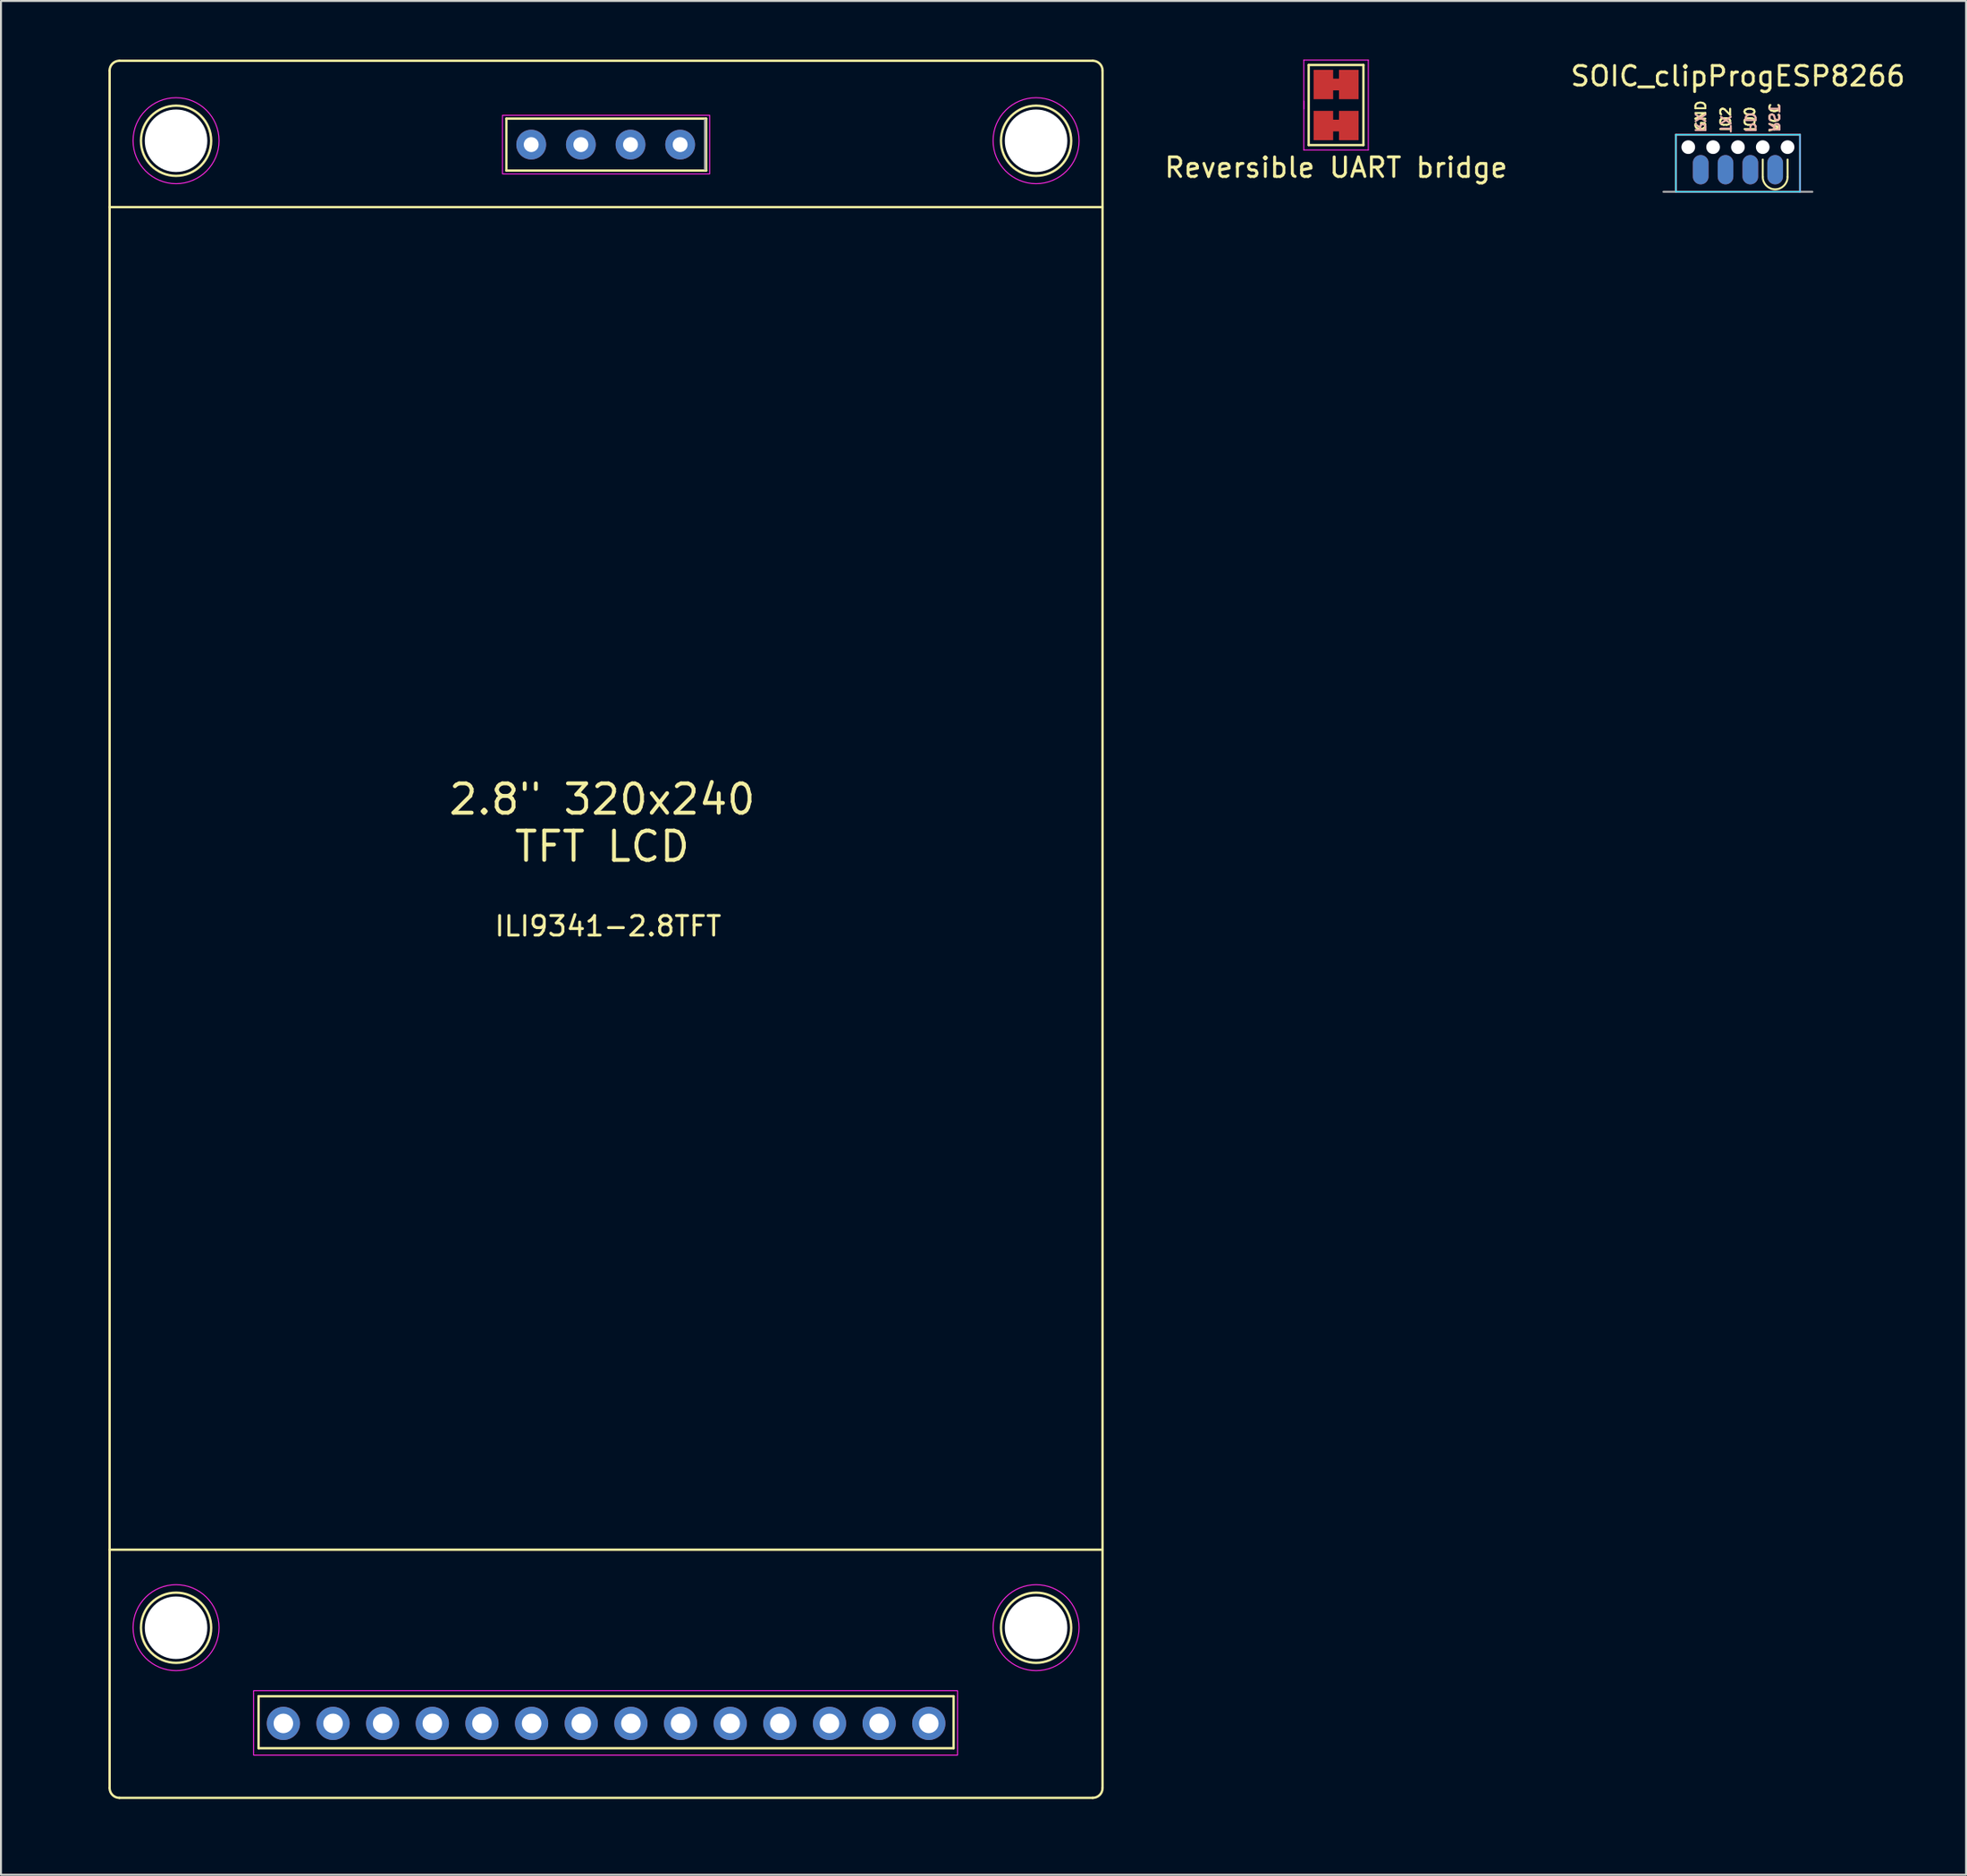
<source format=kicad_pcb>
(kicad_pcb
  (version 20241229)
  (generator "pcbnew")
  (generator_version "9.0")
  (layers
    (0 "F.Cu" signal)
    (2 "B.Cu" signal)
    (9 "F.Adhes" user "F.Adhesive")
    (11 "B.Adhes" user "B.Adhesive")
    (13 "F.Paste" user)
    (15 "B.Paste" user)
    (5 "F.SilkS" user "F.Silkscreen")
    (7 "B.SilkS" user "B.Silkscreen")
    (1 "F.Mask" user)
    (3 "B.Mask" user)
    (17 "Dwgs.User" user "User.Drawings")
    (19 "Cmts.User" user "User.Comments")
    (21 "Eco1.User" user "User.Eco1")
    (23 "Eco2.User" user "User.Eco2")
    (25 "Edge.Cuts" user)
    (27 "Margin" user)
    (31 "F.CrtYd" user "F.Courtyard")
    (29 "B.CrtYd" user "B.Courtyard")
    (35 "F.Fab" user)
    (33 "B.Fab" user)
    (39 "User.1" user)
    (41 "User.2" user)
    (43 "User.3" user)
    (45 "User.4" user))
  (footprint "ILI9341-2.8TFT"
    (layer "F.Cu")
    (at 27.958 85.15)
    (property "Reference" "ILI9341-2.8TFT" (at 0.1 -40.8 0) (layer "F.SilkS") (effects (font (size 1 1) (thickness 0.15))))
    (attr through_hole)
    (fp_line (start -25.4 -84.59) (end -25.4 3.31) (stroke (width 0.12) (type solid)) (layer "F.SilkS"))
    (fp_line (start -25.4 -77.6) (end 25.4 -77.6) (stroke (width 0.12) (type solid)) (layer "F.SilkS"))
    (fp_line (start -25.4 -8.89) (end 25.4 -8.89) (stroke (width 0.12) (type solid)) (layer "F.SilkS"))
    (fp_line (start -24.9 3.81) (end 24.9 3.81) (stroke (width 0.12) (type solid)) (layer "F.SilkS"))
    (fp_line (start -17.78 -1.39) (end 17.78 -1.39) (stroke (width 0.12) (type solid)) (layer "F.SilkS"))
    (fp_line (start -17.78 1.27) (end -17.78 -1.39) (stroke (width 0.12) (type solid)) (layer "F.SilkS"))
    (fp_line (start -17.78 1.27) (end 17.78 1.27) (stroke (width 0.12) (type solid)) (layer "F.SilkS"))
    (fp_line (start -5.1 -82.13) (end 5.12 -82.13) (stroke (width 0.12) (type solid)) (layer "F.SilkS"))
    (fp_line (start -5.1 -79.47) (end -5.1 -82.13) (stroke (width 0.12) (type solid)) (layer "F.SilkS"))
    (fp_line (start -5.1 -79.47) (end 5.12 -79.47) (stroke (width 0.12) (type solid)) (layer "F.SilkS"))
    (fp_line (start 5.12 -79.47) (end 5.12 -82.13) (stroke (width 0.12) (type solid)) (layer "F.SilkS"))
    (fp_line (start 17.78 -1.39) (end 17.78 1.27) (stroke (width 0.12) (type solid)) (layer "F.SilkS"))
    (fp_line (start 24.9 -85.09) (end -24.9 -85.09) (stroke (width 0.12) (type solid)) (layer "F.SilkS"))
    (fp_line (start 25.4 3.31) (end 25.4 -84.59) (stroke (width 0.12) (type solid)) (layer "F.SilkS"))
    (fp_arc (start -25.4 -84.59) (mid -25.253553 -84.943553) (end -24.9 -85.09) (stroke (width 0.12) (type default)) (layer "F.SilkS"))
    (fp_arc (start -24.9 3.81) (mid -25.253553 3.663553) (end -25.4 3.31) (stroke (width 0.12) (type default)) (layer "F.SilkS"))
    (fp_arc (start 24.9 -85.09) (mid 25.253553 -84.943553) (end 25.4 -84.59) (stroke (width 0.12) (type default)) (layer "F.SilkS"))
    (fp_arc (start 25.4 3.31) (mid 25.253553 3.663553) (end 24.9 3.81) (stroke (width 0.12) (type default)) (layer "F.SilkS"))
    (fp_circle (center -22 -80.996) (end -23.27 -79.726) (stroke (width 0.12) (type solid)) (fill no) (layer "F.SilkS"))
    (fp_circle (center -22 -4.896) (end -23.27 -3.626) (stroke (width 0.12) (type solid)) (fill no) (layer "F.SilkS"))
    (fp_circle (center 22 -80.996) (end 20.73 -79.726) (stroke (width 0.12) (type solid)) (fill no) (layer "F.SilkS"))
    (fp_circle (center 22 -4.896) (end 20.73 -3.626) (stroke (width 0.12) (type solid)) (fill no) (layer "F.SilkS"))
    (fp_rect (start -18.034 -1.676) (end 17.983 1.626) (stroke (width 0.05) (type default)) (fill no) (layer "F.CrtYd"))
    (fp_rect (start -5.3 -82.3) (end 5.3 -79.3) (stroke (width 0.05) (type default)) (fill no) (layer "F.CrtYd"))
    (fp_circle (center -22 -81) (end -19.8 -81) (stroke (width 0.05) (type default)) (fill no) (layer "F.CrtYd"))
    (fp_circle (center -22 -4.9) (end -19.8 -4.9) (stroke (width 0.05) (type default)) (fill no) (layer "F.CrtYd"))
    (fp_circle (center 22 -81) (end 24.2 -81) (stroke (width 0.05) (type default)) (fill no) (layer "F.CrtYd"))
    (fp_circle (center 22 -4.9) (end 24.2 -4.9) (stroke (width 0.05) (type default)) (fill no) (layer "F.CrtYd"))
    (fp_line (start 5.06 -82.07) (end 5.06 -79.53) (stroke (width 0.1) (type solid)) (layer "F.Fab"))
    (fp_rect (start -25 -84) (end 25 2) (stroke (width 0.12) (type default)) (fill no) (layer "User.1"))
    (fp_circle (center -22 -81) (end -20.2 -81) (stroke (width 0.12) (type default)) (fill no) (layer "User.1"))
    (fp_circle (center -22 -4.9) (end -20.2 -4.9) (stroke (width 0.12) (type default)) (fill no) (layer "User.1"))
    (fp_circle (center 22 -81) (end 23.8 -81) (stroke (width 0.12) (type default)) (fill no) (layer "User.1"))
    (fp_text user "2.8\" 320x240\nTFT LCD" (at -0.2 -44 0) (unlocked yes) (layer "F.SilkS") (effects (font (size 1.5 1.5) (thickness 0.2)) (justify bottom)))
    (dimension (type orthogonal) (layer "User.1") (pts (xy 2.958 87.15) (xy 5.958 84.75)) (height 2.1) (orientation 0) (format (prefix "") (suffix "") (units 3) (units_format 1) (precision 4)) (style (thickness 0.12) (arrow_length 1.27) (text_position_mode 0) (arrow_direction outward) (extension_height 0.586) (extension_offset 0.5) (keep_text_aligned yes)) (gr_text "3.0000 mm" (at 4.458 88.1 0) (layer "User.1") (effects (font (size 1 1) (thickness 0.15)))))
    (pad "" np_thru_hole circle (at -22 -80.996) (size 3.2 3.2) (drill 3.2) (layers "*.Cu" "*.Mask"))
    (pad "" np_thru_hole circle (at -22 -4.896) (size 3.2 3.2) (drill 3.2) (layers "*.Cu" "*.Mask"))
    (pad "" np_thru_hole circle (at 22 -80.996) (size 3.2 3.2) (drill 3.2) (layers "*.Cu" "*.Mask"))
    (pad "" np_thru_hole circle (at 22 -4.896) (size 3.2 3.2) (drill 3.2) (layers "*.Cu" "*.Mask"))
    (pad "1" thru_hole circle (at -16.51 0 90) (size 1.7 1.7) (drill 1) (layers "*.Cu" "*.Mask"))
    (pad "2" thru_hole oval (at -13.97 0 90) (size 1.7 1.7) (drill 1) (layers "*.Cu" "*.Mask"))
    (pad "3" thru_hole oval (at -11.43 0 90) (size 1.7 1.7) (drill 1) (layers "*.Cu" "*.Mask"))
    (pad "4" thru_hole oval (at -8.89 0 90) (size 1.7 1.7) (drill 1) (layers "*.Cu" "*.Mask"))
    (pad "5" thru_hole oval (at -6.35 0 90) (size 1.7 1.7) (drill 1) (layers "*.Cu" "*.Mask"))
    (pad "6" thru_hole oval (at -3.81 0 90) (size 1.7 1.7) (drill 1) (layers "*.Cu" "*.Mask"))
    (pad "7" thru_hole oval (at -1.27 0 90) (size 1.7 1.7) (drill 1) (layers "*.Cu" "*.Mask"))
    (pad "8" thru_hole oval (at 1.27 0 90) (size 1.7 1.7) (drill 1) (layers "*.Cu" "*.Mask"))
    (pad "9" thru_hole oval (at 3.81 0 90) (size 1.7 1.7) (drill 1) (layers "*.Cu" "*.Mask"))
    (pad "10" thru_hole oval (at 6.35 0 90) (size 1.7 1.7) (drill 1) (layers "*.Cu" "*.Mask"))
    (pad "11" thru_hole oval (at 8.89 0 90) (size 1.7 1.7) (drill 1) (layers "*.Cu" "*.Mask"))
    (pad "12" thru_hole oval (at 11.43 0 90) (size 1.7 1.7) (drill 1) (layers "*.Cu" "*.Mask"))
    (pad "13" thru_hole oval (at 13.97 0 90) (size 1.7 1.7) (drill 1) (layers "*.Cu" "*.Mask"))
    (pad "14" thru_hole oval (at 16.51 0 90) (size 1.7 1.7) (drill 1) (layers "*.Cu" "*.Mask"))
    (pad "15" thru_hole circle (at -3.83 -80.8) (size 1.524 1.524) (drill 0.762) (layers "*.Cu" "*.Mask"))
    (pad "16" thru_hole circle (at -1.29 -80.8) (size 1.524 1.524) (drill 0.762) (layers "*.Cu" "*.Mask"))
    (pad "17" thru_hole circle (at 1.25 -80.8) (size 1.524 1.524) (drill 0.762) (layers "*.Cu" "*.Mask"))
    (pad "18" thru_hole circle (at 3.79 -80.8) (size 1.524 1.524) (drill 0.762) (layers "*.Cu" "*.Mask")))
  (footprint "SOIC_clipProgESP8266"
    (layer "F.Cu")
    (at 85.865 6.385)
    (property "Reference" "SOIC_clipProgESP8266" (at 0 -5.537 0) (layer "F.SilkS") (effects (font (size 1 1) (thickness 0.15))))
    (attr through_hole exclude_from_bom)
    (fp_line (start 1.27 -0.381) (end 1.27 -1.27) (stroke (width 0.1) (type solid)) (layer "F.SilkS"))
    (fp_line (start 2.54 -0.381) (end 2.54 -1.27) (stroke (width 0.1) (type solid)) (layer "F.SilkS"))
    (fp_arc (start 2.54 -0.381) (mid 1.905 0.254) (end 1.27 -0.381) (stroke (width 0.1) (type solid)) (layer "F.SilkS"))
    (fp_line (start -3.175 -2.54) (end 3.175 -2.54) (stroke (width 0.05) (type solid)) (layer "B.CrtYd"))
    (fp_line (start -3.175 0.381) (end -3.175 -2.54) (stroke (width 0.05) (type solid)) (layer "B.CrtYd"))
    (fp_line (start 3.175 -2.54) (end 3.175 0.381) (stroke (width 0.05) (type solid)) (layer "B.CrtYd"))
    (fp_line (start 3.175 0.381) (end -3.175 0.381) (stroke (width 0.05) (type solid)) (layer "B.CrtYd"))
    (fp_line (start -3.175 -2.54) (end -3.175 0.381) (stroke (width 0.05) (type solid)) (layer "F.CrtYd"))
    (fp_line (start -3.175 0.381) (end 3.175 0.381) (stroke (width 0.05) (type solid)) (layer "F.CrtYd"))
    (fp_line (start 3.175 -2.54) (end -3.175 -2.54) (stroke (width 0.05) (type solid)) (layer "F.CrtYd"))
    (fp_line (start 3.175 0.381) (end 3.175 -2.54) (stroke (width 0.05) (type solid)) (layer "F.CrtYd"))
    (fp_line (start -3.81 0.381) (end 3.81 0.381) (stroke (width 0.1) (type solid)) (layer "F.Fab"))
    (fp_line (start -3.175 -2.54) (end -3.175 0.381) (stroke (width 0.1) (type solid)) (layer "F.Fab"))
    (fp_line (start 3.175 -2.54) (end -3.175 -2.54) (stroke (width 0.1) (type solid)) (layer "F.Fab"))
    (fp_line (start 3.175 0.381) (end 3.175 -2.54) (stroke (width 0.1) (type solid)) (layer "F.Fab"))
    (fp_text user "GND" (at -1.6 -2.667 90) (unlocked yes) (layer "F.SilkS") (effects (font (size 0.508 0.508) (thickness 0.102) (bold yes)) (justify left bottom)))
    (fp_text user "IO0" (at 0.914 -2.642 90) (unlocked yes) (layer "F.SilkS") (effects (font (size 0.508 0.508) (thickness 0.102) (bold yes)) (justify left bottom)))
    (fp_text user "IO2" (at -0.33 -2.642 90) (unlocked yes) (layer "F.SilkS") (effects (font (size 0.508 0.508) (thickness 0.102) (bold yes)) (justify left bottom)))
    (fp_text user "VCC" (at 2.184 -2.642 90) (unlocked yes) (layer "F.SilkS") (effects (font (size 0.508 0.508) (thickness 0.102) (bold yes)) (justify left bottom)))
    (fp_text user "RST" (at 1.549 -2.616 270) (unlocked yes) (layer "B.SilkS") (effects (font (size 0.508 0.508) (thickness 0.102) (bold yes)) (justify left bottom mirror)))
    (fp_text user "PD" (at 0.33 -2.591 270) (unlocked yes) (layer "B.SilkS") (effects (font (size 0.508 0.508) (thickness 0.102) (bold yes)) (justify left bottom mirror)))
    (fp_text user "TX" (at -0.94 -2.591 270) (unlocked yes) (layer "B.SilkS") (effects (font (size 0.508 0.508) (thickness 0.102) (bold yes)) (justify left bottom mirror)))
    (fp_text user "RX" (at -2.235 -2.591 270) (unlocked yes) (layer "B.SilkS") (effects (font (size 0.508 0.508) (thickness 0.102) (bold yes)) (justify left bottom mirror)))
    (pad "" np_thru_hole circle (at -2.54 -1.905) (size 0.7 0.7) (drill 0.7) (layers "*.Cu" "*.Mask"))
    (pad "" np_thru_hole circle (at -1.27 -1.905) (size 0.7 0.7) (drill 0.7) (layers "*.Cu" "*.Mask"))
    (pad "" np_thru_hole circle (at 0 -1.905) (size 0.7 0.7) (drill 0.7) (layers "*.Cu" "*.Mask"))
    (pad "" np_thru_hole circle (at 1.27 -1.905) (size 0.7 0.7) (drill 0.7) (layers "*.Cu" "*.Mask"))
    (pad "" np_thru_hole circle (at 2.54 -1.905) (size 0.7 0.7) (drill 0.7) (layers "*.Cu" "*.Mask"))
    (pad "1" smd oval (at 1.905 -0.75) (size 0.8 1.5) (layers "F.Cu" "F.Mask"))
    (pad "2" smd oval (at 0.635 -0.75) (size 0.8 1.5) (layers "F.Cu" "F.Mask"))
    (pad "3" smd oval (at -0.635 -0.75) (size 0.8 1.5) (layers "F.Cu" "F.Mask"))
    (pad "4" smd oval (at -1.905 -0.75) (size 0.8 1.5) (layers "F.Cu" "F.Mask"))
    (pad "5" smd oval (at -1.905 -0.75) (size 0.8 1.5) (layers "B.Cu" "B.Mask"))
    (pad "6" smd oval (at -0.635 -0.75) (size 0.8 1.5) (layers "B.Cu" "B.Mask"))
    (pad "7" smd oval (at 0.635 -0.75) (size 0.8 1.5) (layers "B.Cu" "B.Mask"))
    (pad "8" smd oval (at 1.905 -0.75) (size 0.8 1.5) (layers "B.Cu" "B.Mask")))
  (footprint "Reversible UART bridge"
    (layer "F.Cu")
    (at 65.305 2.375)
    (property "Reference" "Reversible UART bridge" (at 0 3.15 0) (unlocked yes) (layer "F.SilkS") (effects (font (size 1 1) (thickness 0.15))))
    (attr smd)
    (fp_poly (pts (xy -0.25 -1.4) (xy 0.25 -1.4) (xy 0.25 -0.8) (xy -0.25 -0.8)) (stroke (width 0) (type solid)) (fill yes) (layer "F.Cu"))
    (fp_poly (pts (xy -0.25 0.7) (xy 0.25 0.7) (xy 0.25 1.3) (xy -0.25 1.3)) (stroke (width 0) (type solid)) (fill yes) (layer "F.Cu"))
    (fp_line (start -1.4 -2.1) (end 1.4 -2.1) (stroke (width 0.12) (type solid)) (layer "F.SilkS"))
    (fp_line (start -1.4 2) (end -1.4 -2.1) (stroke (width 0.12) (type solid)) (layer "F.SilkS"))
    (fp_line (start 1.4 -2.1) (end 1.4 2) (stroke (width 0.12) (type solid)) (layer "F.SilkS"))
    (fp_line (start 1.4 2) (end -1.4 2) (stroke (width 0.12) (type solid)) (layer "F.SilkS"))
    (fp_line (start -1.65 -2.35) (end -1.65 0.15) (stroke (width 0.05) (type solid)) (layer "F.CrtYd"))
    (fp_line (start -1.65 -2.35) (end 1.65 -2.35) (stroke (width 0.05) (type solid)) (layer "F.CrtYd"))
    (fp_line (start -1.65 -0.25) (end -1.65 2.25) (stroke (width 0.05) (type solid)) (layer "F.CrtYd"))
    (fp_line (start 1.65 2.25) (end -1.65 2.25) (stroke (width 0.05) (type solid)) (layer "F.CrtYd"))
    (fp_line (start 1.65 2.25) (end 1.65 -2.35) (stroke (width 0.05) (type solid)) (layer "F.CrtYd"))
    (pad "1" smd rect (at -0.65 -1.1) (size 1 1.5) (layers "F.Cu" "F.Mask"))
    (pad "2" smd rect (at 0.65 -1.1) (size 1 1.5) (layers "F.Cu" "F.Mask"))
    (pad "3" smd rect (at 0.65 1) (size 1 1.5) (layers "F.Cu" "F.Mask"))
    (pad "4" smd rect (at -0.65 1) (size 1 1.5) (layers "F.Cu" "F.Mask")))
  (gr_rect
    (start -3 -3)
    (end 97.537 92.896)
    (stroke (width 0.1) (type default))
    (fill no)
    (layer "Edge.Cuts")))
</source>
